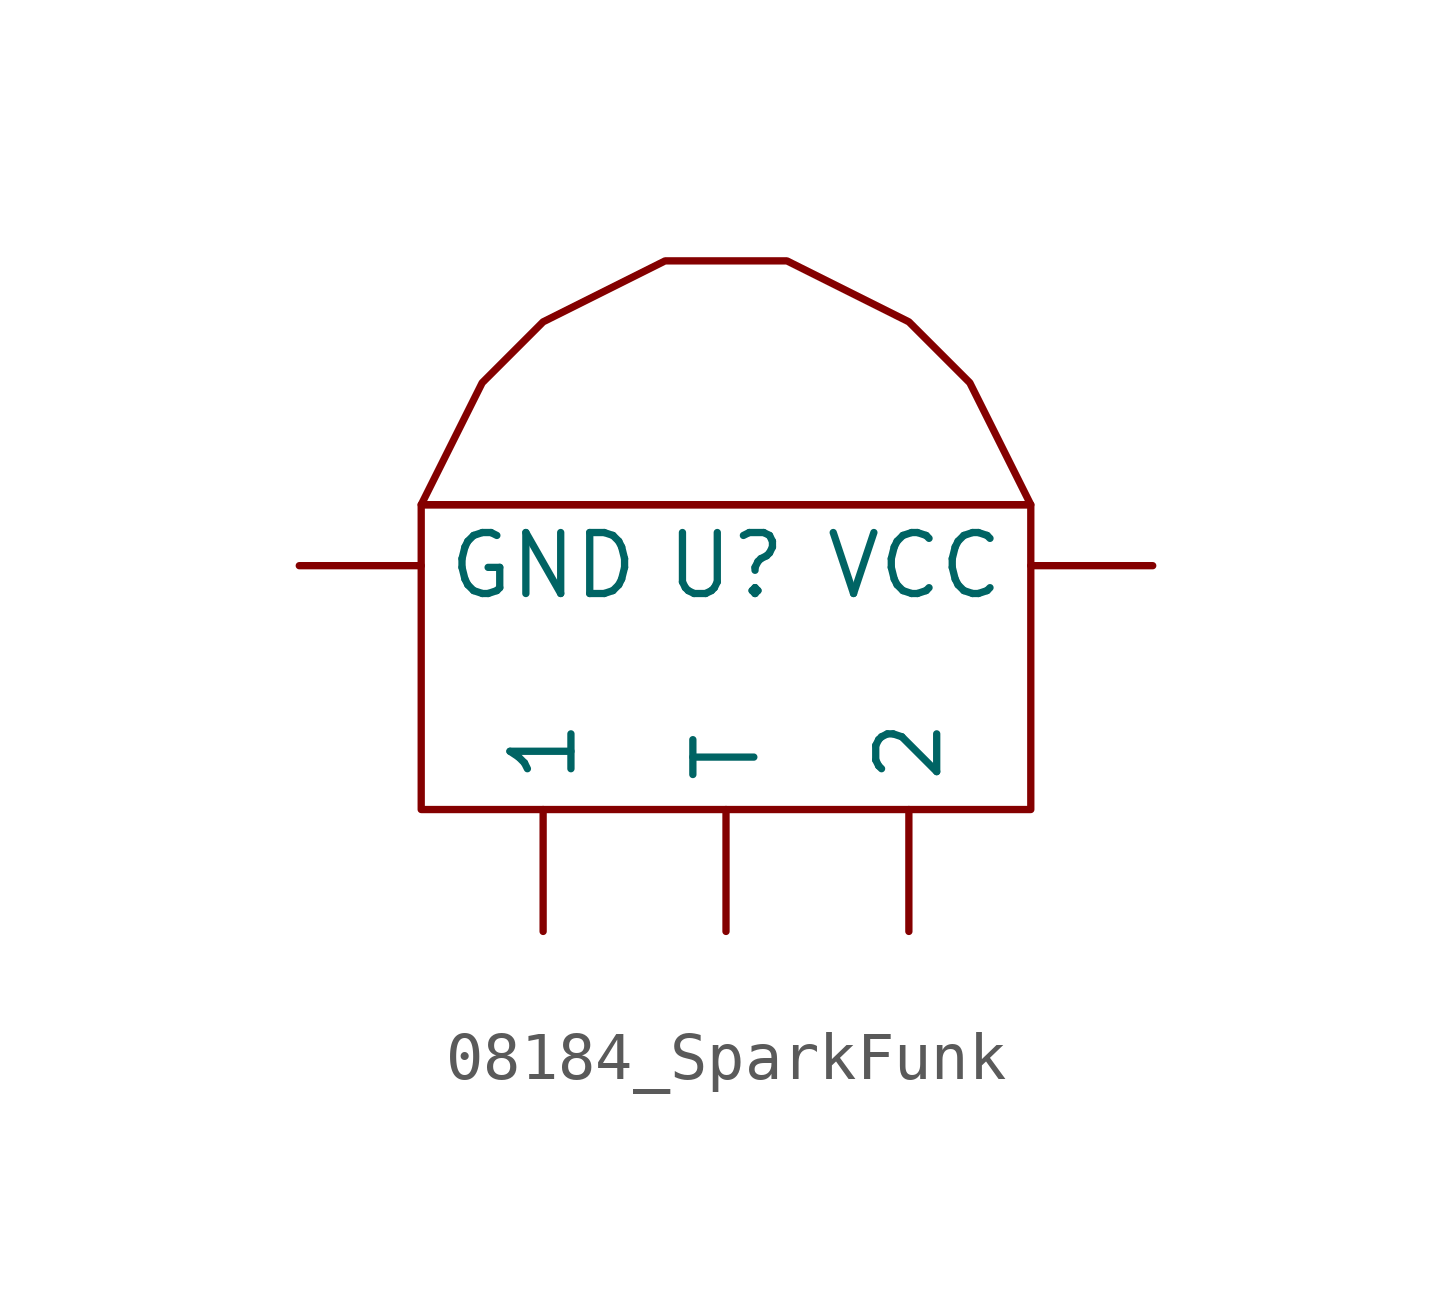
<source format=kicad_sym>
(kicad_symbol_lib
  (version 20241209)
  (generator "kicad_symbol_editor")
  (generator_version "9.0")
  (symbol "08184_SparkFunk"
    (property "Reference" "U"
      (at 0 0 0)
      (effects (font (size 1.27 1.27))))
    (property "Value" ""
      (at 0 0 0)
      (effects (font (size 1.27 1.27))))
    (symbol "08184_SparkFunk_0_1"
      (rectangle (start -6.35 1.27) (end 6.35 -5.08) (stroke (width 0) (type default)) (fill (type none)))
      (polyline (pts (xy -6.35 1.27) (xy -5.08 3.81) (xy -3.81 5.08) (xy -1.27 6.35) (xy 0 6.35) (xy 1.27 6.35) (xy 3.81 5.08) (xy 5.08 3.81) (xy 6.35 1.27) (xy -6.35 1.27)) (stroke (width 0) (type default)) (fill (type none))))
    (symbol "08184_SparkFunk_1_1"
      (pin input line (at -8.89 0 0) (length 2.54) (name "GND" (effects (font (size 1.27 1.27)))) (number "" (effects (font (size 1.27 1.27)))))
      (pin output line (at -3.81 -7.62 90) (length 2.54) (name "1" (effects (font (size 1.27 1.27)))) (number "" (effects (font (size 1.27 1.27)))))
      (pin output line (at 0 -7.62 90) (length 2.54) (name "T" (effects (font (size 1.27 1.27)))) (number "" (effects (font (size 1.27 1.27)))))
      (pin output line (at 3.81 -7.62 90) (length 2.54) (name "2" (effects (font (size 1.27 1.27)))) (number "" (effects (font (size 1.27 1.27)))))
      (pin input line (at 8.89 0 180) (length 2.54) (name "VCC" (effects (font (size 1.27 1.27)))) (number "" (effects (font (size 1.27 1.27))))))))
</source>
